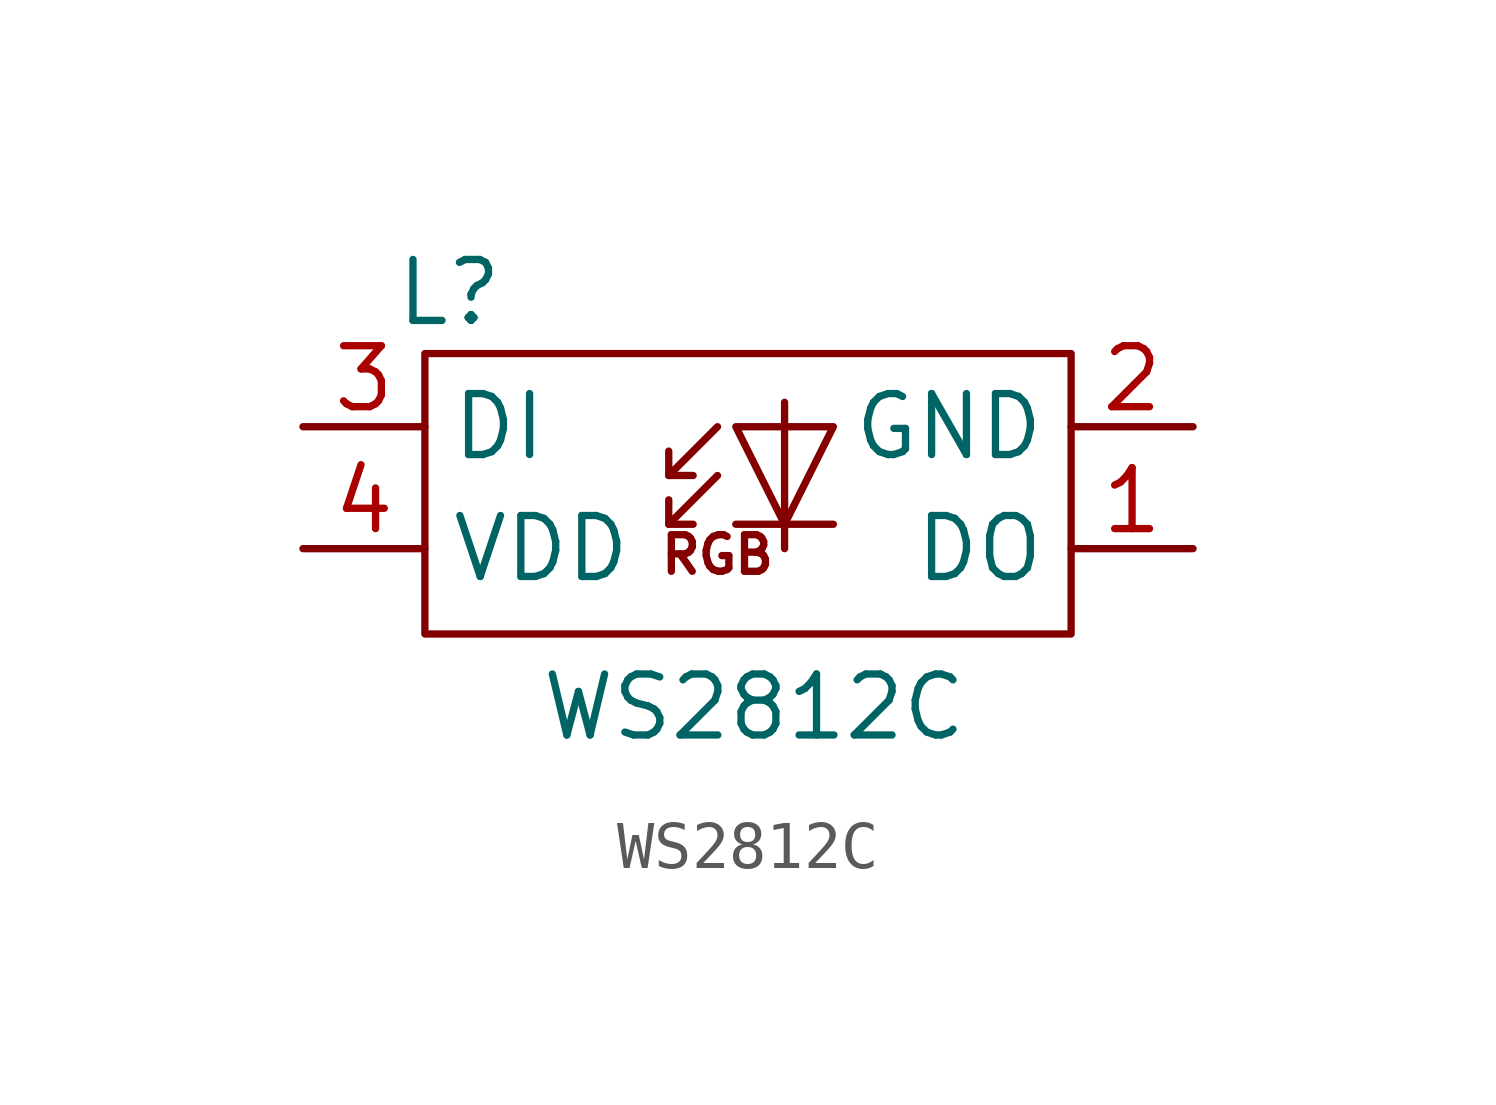
<source format=kicad_sym>
(kicad_symbol_lib
  (version 20211014)
  (generator kicad_symbol_editor)
  (symbol "WS2812C"
    (property "Reference" "L"
      (at -2.032 1.524 0)
      (effects (font (size 1.27 1.27))))
    (property "Value" "WS2812C"
      (at 4.318 -7.112 0)
      (effects (font (size 1.27 1.27))))
    (symbol "WS2812C_0_0"
      (text "RGB" (at 3.556 -3.937 0) (effects (font (size 0.762 0.762)))))
    (symbol "WS2812C_0_1"
      (rectangle (start -2.54 0.254) (end 10.922 -5.588) (stroke (width 0) (type default) (color 0 0 0 0)) (fill (type none)))
      (polyline (pts (xy 2.54 -3.302) (xy 3.048 -3.302)) (stroke (width 0) (type default) (color 0 0 0 0)) (fill (type none)))
      (polyline (pts (xy 2.54 -2.286) (xy 3.048 -2.286)) (stroke (width 0) (type default) (color 0 0 0 0)) (fill (type none)))
      (polyline (pts (xy 5.969 -3.302) (xy 3.937 -3.302)) (stroke (width 0) (type default) (color 0 0 0 0)) (fill (type none)))
      (polyline (pts (xy 3.556 -2.286) (xy 2.54 -3.302) (xy 2.54 -2.794)) (stroke (width 0) (type default) (color 0 0 0 0)) (fill (type none)))
      (polyline (pts (xy 3.556 -1.27) (xy 2.54 -2.286) (xy 2.54 -1.778)) (stroke (width 0) (type default) (color 0 0 0 0)) (fill (type none)))
      (polyline (pts (xy 4.953 -0.762) (xy 4.953 -3.302) (xy 4.953 -3.81)) (stroke (width 0) (type default) (color 0 0 0 0)) (fill (type none)))
      (polyline (pts (xy 5.969 -1.27) (xy 3.937 -1.27) (xy 4.953 -3.302) (xy 5.969 -1.27)) (stroke (width 0) (type default) (color 0 0 0 0)) (fill (type none))))
    (symbol "WS2812C_1_1"
      (pin output line (at 13.462 -3.81 180) (length 2.54) (name "DO" (effects (font (size 1.27 1.27)))) (number "1" (effects (font (size 1.27 1.27)))))
      (pin power_in line (at 13.462 -1.27 180) (length 2.54) (name "GND" (effects (font (size 1.27 1.27)))) (number "2" (effects (font (size 1.27 1.27)))))
      (pin input line (at -5.08 -1.27 0) (length 2.54) (name "DI" (effects (font (size 1.27 1.27)))) (number "3" (effects (font (size 1.27 1.27)))))
      (pin power_in line (at -5.08 -3.81 0) (length 2.54) (name "VDD" (effects (font (size 1.27 1.27)))) (number "4" (effects (font (size 1.27 1.27))))))))
</source>
